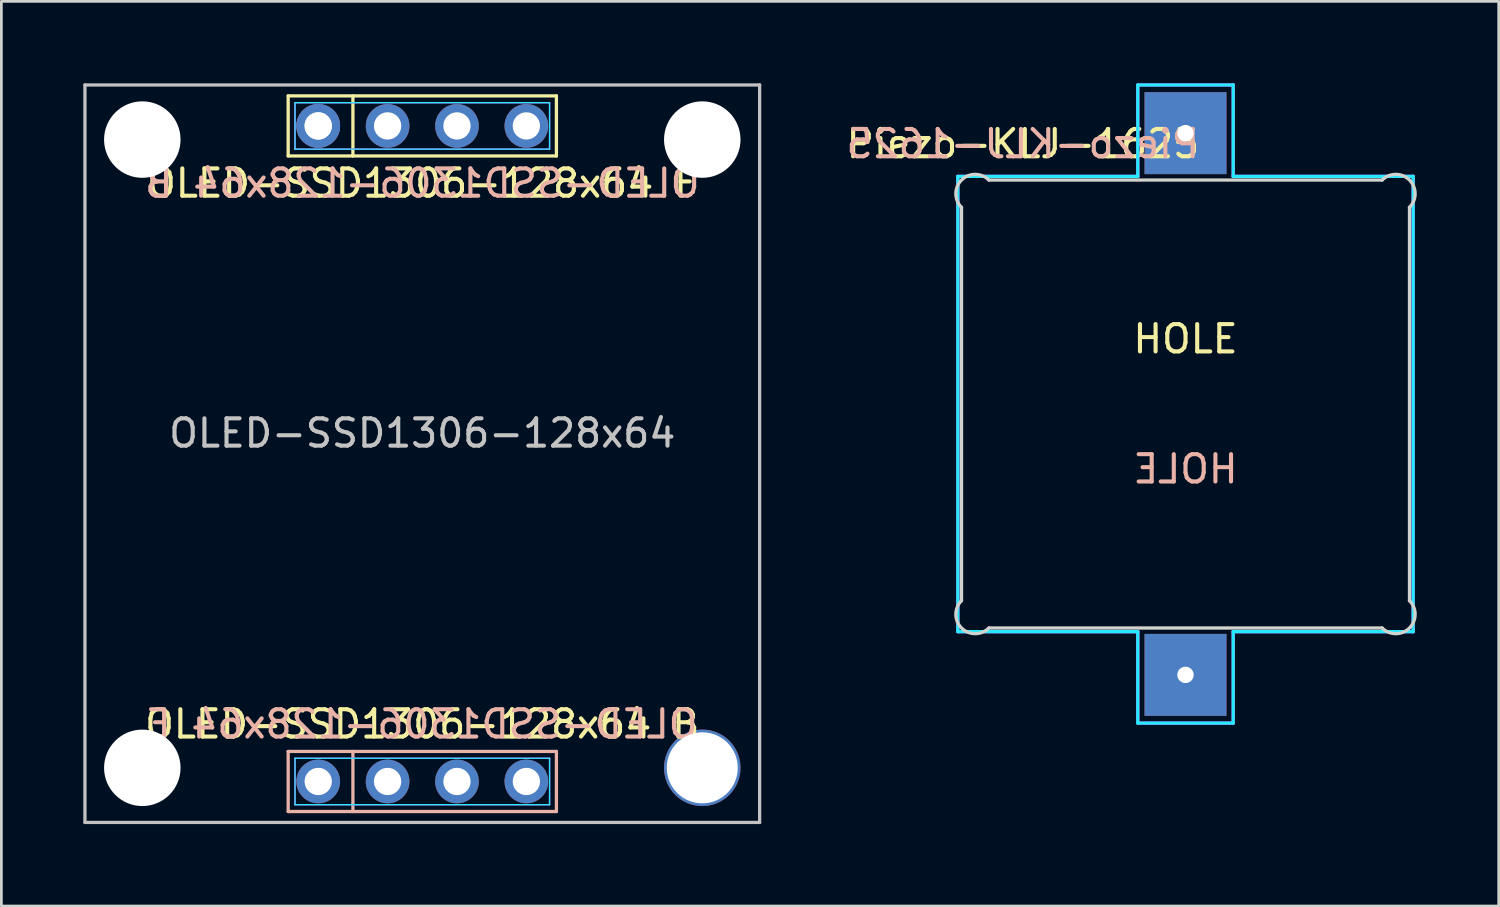
<source format=kicad_pcb>
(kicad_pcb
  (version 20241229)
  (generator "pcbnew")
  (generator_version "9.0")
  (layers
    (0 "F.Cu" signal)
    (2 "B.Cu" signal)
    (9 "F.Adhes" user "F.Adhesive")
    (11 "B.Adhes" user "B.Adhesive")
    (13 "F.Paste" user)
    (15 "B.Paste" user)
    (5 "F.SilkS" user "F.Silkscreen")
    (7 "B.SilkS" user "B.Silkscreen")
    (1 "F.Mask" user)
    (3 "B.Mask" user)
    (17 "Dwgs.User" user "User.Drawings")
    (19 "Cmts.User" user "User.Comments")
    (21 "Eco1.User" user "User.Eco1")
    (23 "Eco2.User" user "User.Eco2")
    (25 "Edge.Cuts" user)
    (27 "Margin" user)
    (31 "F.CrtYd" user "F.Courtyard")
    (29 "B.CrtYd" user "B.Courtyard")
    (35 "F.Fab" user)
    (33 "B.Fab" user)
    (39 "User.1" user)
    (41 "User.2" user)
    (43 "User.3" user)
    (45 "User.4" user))
  (footprint "OLED-SSD1306-128x64"
    (layer "F.Cu")
    (at 12.41 13.56)
    (property "Reference" "OLED-SSD1306-128x64" (at 0 -0.75 180) (layer "Dwgs.User") (effects (font (size 1 1) (thickness 0.15))))
    (attr through_hole)
    (fp_line (start -4.91 -13.1) (end 4.91 -13.1) (stroke (width 0.12) (type solid)) (layer "F.SilkS"))
    (fp_line (start -4.91 -10.9) (end -4.91 -13.1) (stroke (width 0.12) (type solid)) (layer "F.SilkS"))
    (fp_line (start -2.54 -13.1) (end -2.54 -10.9) (stroke (width 0.12) (type solid)) (layer "F.SilkS"))
    (fp_line (start 4.91 -13.1) (end 4.91 -10.9) (stroke (width 0.12) (type solid)) (layer "F.SilkS"))
    (fp_line (start 4.91 -10.9) (end -4.91 -10.9) (stroke (width 0.12) (type solid)) (layer "F.SilkS"))
    (fp_line (start -4.91 10.9) (end 4.91 10.9) (stroke (width 0.12) (type solid)) (layer "B.SilkS"))
    (fp_line (start -4.91 13.1) (end -4.91 10.9) (stroke (width 0.12) (type solid)) (layer "B.SilkS"))
    (fp_line (start -2.54 13.1) (end -2.54 10.9) (stroke (width 0.12) (type solid)) (layer "B.SilkS"))
    (fp_line (start 4.91 10.9) (end 4.91 13.1) (stroke (width 0.12) (type solid)) (layer "B.SilkS"))
    (fp_line (start 4.91 13.1) (end -4.91 13.1) (stroke (width 0.12) (type solid)) (layer "B.SilkS"))
    (fp_line (start -12.35 -13.5) (end -12.35 13.5) (stroke (width 0.12) (type solid)) (layer "Dwgs.User"))
    (fp_line (start -12.35 -13.5) (end 12.35 -13.5) (stroke (width 0.12) (type solid)) (layer "Dwgs.User"))
    (fp_line (start -12.35 13.5) (end 12.35 13.5) (stroke (width 0.12) (type solid)) (layer "Dwgs.User"))
    (fp_line (start 12.35 -13.5) (end 12.35 13.5) (stroke (width 0.12) (type solid)) (layer "Dwgs.User"))
    (fp_line (start -4.66 -12.85) (end 4.66 -12.85) (stroke (width 0.05) (type solid)) (layer "B.CrtYd"))
    (fp_line (start -4.66 -11.15) (end -4.66 -12.85) (stroke (width 0.05) (type solid)) (layer "B.CrtYd"))
    (fp_line (start -4.66 11.15) (end 4.66 11.15) (stroke (width 0.05) (type solid)) (layer "B.CrtYd"))
    (fp_line (start -4.66 12.85) (end -4.66 11.15) (stroke (width 0.05) (type solid)) (layer "B.CrtYd"))
    (fp_line (start 4.66 -12.85) (end 4.66 -11.15) (stroke (width 0.05) (type solid)) (layer "B.CrtYd"))
    (fp_line (start 4.66 -11.15) (end -4.66 -11.15) (stroke (width 0.05) (type solid)) (layer "B.CrtYd"))
    (fp_line (start 4.66 11.15) (end 4.66 12.85) (stroke (width 0.05) (type solid)) (layer "B.CrtYd"))
    (fp_line (start 4.66 12.85) (end -4.66 12.85) (stroke (width 0.05) (type solid)) (layer "B.CrtYd"))
    (fp_line (start -4.66 -12.85) (end 4.66 -12.85) (stroke (width 0.05) (type solid)) (layer "F.CrtYd"))
    (fp_line (start -4.66 -11.15) (end -4.66 -12.85) (stroke (width 0.05) (type solid)) (layer "F.CrtYd"))
    (fp_line (start -4.66 11.15) (end 4.66 11.15) (stroke (width 0.05) (type solid)) (layer "F.CrtYd"))
    (fp_line (start -4.66 12.85) (end -4.66 11.15) (stroke (width 0.05) (type solid)) (layer "F.CrtYd"))
    (fp_line (start 4.66 -12.85) (end 4.66 -11.15) (stroke (width 0.05) (type solid)) (layer "F.CrtYd"))
    (fp_line (start 4.66 -11.15) (end -4.66 -11.15) (stroke (width 0.05) (type solid)) (layer "F.CrtYd"))
    (fp_line (start 4.66 11.15) (end 4.66 12.85) (stroke (width 0.05) (type solid)) (layer "F.CrtYd"))
    (fp_line (start 4.66 12.85) (end -4.66 12.85) (stroke (width 0.05) (type solid)) (layer "F.CrtYd"))
    (fp_text user "${REFERENCE} F" (at 0 -9.9 0) (layer "F.SilkS") (effects (font (size 1 1) (thickness 0.15))))
    (fp_text user "${REFERENCE} B" (at 0 9.9 0) (layer "F.SilkS") (effects (font (size 1 1) (thickness 0.15))))
    (fp_text user "${REFERENCE} F" (at 0 9.9 0) (layer "B.SilkS") (effects (font (size 1 1) (thickness 0.15)) (justify mirror)))
    (fp_text user "${REFERENCE} B" (at 0 -9.9 0) (layer "B.SilkS") (effects (font (size 1 1) (thickness 0.15)) (justify mirror)))
    (pad "" np_thru_hole circle (at -10.25 -11.5) (size 2.8 2.8) (drill 2.8) (layers "*.Cu" "*.Mask"))
    (pad "" np_thru_hole circle (at -10.25 11.5) (size 2.8 2.8) (drill 2.8) (layers "*.Cu" "*.Mask"))
    (pad "" np_thru_hole circle (at 10.25 -11.5 90) (size 2.8 2.8) (drill 2.8) (layers "*.Cu" "*.Mask"))
    (pad "" np_thru_hole circle (at 10.25 11.5) (size 2.8 2.8) (drill 2.6) (layers "*.Cu" "*.Mask"))
    (pad "1" thru_hole circle (at -3.81 -12) (size 1.6 1.6) (drill 1) (layers "*.Cu" "*.Mask"))
    (pad "1" thru_hole circle (at -3.81 -12) (size 1.6 1.6) (drill 1) (layers "*.Cu" "*.Mask"))
    (pad "1" thru_hole circle (at -3.81 12 180) (size 1.6 1.6) (drill 1) (layers "*.Cu" "*.Mask"))
    (pad "2" thru_hole circle (at -1.27 -12) (size 1.6 1.6) (drill 1) (layers "*.Cu" "*.Mask"))
    (pad "2" thru_hole circle (at -1.27 12 180) (size 1.6 1.6) (drill 1) (layers "*.Cu" "*.Mask"))
    (pad "3" thru_hole circle (at 1.27 -12) (size 1.6 1.6) (drill 1) (layers "*.Cu" "*.Mask"))
    (pad "3" thru_hole circle (at 1.27 12 180) (size 1.6 1.6) (drill 1) (layers "*.Cu" "*.Mask"))
    (pad "4" thru_hole circle (at 3.81 -12) (size 1.6 1.6) (drill 1) (layers "*.Cu" "*.Mask"))
    (pad "4" thru_hole circle (at 3.81 12 180) (size 1.6 1.6) (drill 1) (layers "*.Cu" "*.Mask")))
  (footprint "Piezo-KLJ-1625"
    (layer "F.Cu")
    (at 40.351 11.741)
    (property "Reference" "Piezo-KLJ-1625" (at -5.953 -9.525 0) (layer "F.SilkS") (effects (font (size 1 1) (thickness 0.15))))
    (attr through_hole)
    (fp_line (start -8.2 -7.2) (end -8.2 7.2) (stroke (width 0.12) (type solid)) (layer "Edge.Cuts"))
    (fp_line (start -7.2 8.2) (end 7.2 8.2) (stroke (width 0.12) (type solid)) (layer "Edge.Cuts"))
    (fp_line (start 7.2 -8.2) (end -7.2 -8.2) (stroke (width 0.12) (type solid)) (layer "Edge.Cuts"))
    (fp_line (start 8.2 7.2) (end 8.2 -7.2) (stroke (width 0.12) (type solid)) (layer "Edge.Cuts"))
    (fp_arc (start -8.2 -7.2) (mid -8.2 -8.2) (end -7.2 -8.2) (stroke (width 0.12) (type solid)) (layer "Edge.Cuts"))
    (fp_arc (start -7.2 8.2) (mid -8.2 8.2) (end -8.2 7.2) (stroke (width 0.12) (type solid)) (layer "Edge.Cuts"))
    (fp_arc (start 7.2 -8.2) (mid 8.2 -8.2) (end 8.2 -7.2) (stroke (width 0.12) (type solid)) (layer "Edge.Cuts"))
    (fp_arc (start 8.2 7.2) (mid 8.2 8.2) (end 7.2 8.2) (stroke (width 0.12) (type solid)) (layer "Edge.Cuts"))
    (fp_line (start -8.334 -8.334) (end -8.334 8.334) (stroke (width 0.12) (type solid)) (layer "B.CrtYd"))
    (fp_line (start -8.334 8.334) (end -1.746 8.334) (stroke (width 0.12) (type solid)) (layer "B.CrtYd"))
    (fp_line (start -1.746 -11.681) (end -1.746 -8.334) (stroke (width 0.12) (type solid)) (layer "B.CrtYd"))
    (fp_line (start -1.746 -8.334) (end -8.334 -8.334) (stroke (width 0.12) (type solid)) (layer "B.CrtYd"))
    (fp_line (start -1.746 8.334) (end -1.746 11.681) (stroke (width 0.12) (type solid)) (layer "B.CrtYd"))
    (fp_line (start -1.746 11.681) (end 1.746 11.681) (stroke (width 0.12) (type solid)) (layer "B.CrtYd"))
    (fp_line (start 1.746 -11.681) (end -1.746 -11.681) (stroke (width 0.12) (type solid)) (layer "B.CrtYd"))
    (fp_line (start 1.746 -8.334) (end 1.746 -11.681) (stroke (width 0.12) (type solid)) (layer "B.CrtYd"))
    (fp_line (start 1.746 8.334) (end 8.334 8.334) (stroke (width 0.12) (type solid)) (layer "B.CrtYd"))
    (fp_line (start 1.746 11.681) (end 1.746 8.334) (stroke (width 0.12) (type solid)) (layer "B.CrtYd"))
    (fp_line (start 8.334 -8.334) (end 1.746 -8.334) (stroke (width 0.12) (type solid)) (layer "B.CrtYd"))
    (fp_line (start 8.334 8.334) (end 8.334 -8.334) (stroke (width 0.12) (type solid)) (layer "B.CrtYd"))
    (fp_line (start -8.334 -8.334) (end -8.334 8.334) (stroke (width 0.12) (type solid)) (layer "F.CrtYd"))
    (fp_line (start -8.334 8.334) (end -1.746 8.334) (stroke (width 0.12) (type solid)) (layer "F.CrtYd"))
    (fp_line (start -1.746 -11.681) (end -1.746 -8.334) (stroke (width 0.12) (type solid)) (layer "F.CrtYd"))
    (fp_line (start -1.746 -8.334) (end -8.334 -8.334) (stroke (width 0.12) (type solid)) (layer "F.CrtYd"))
    (fp_line (start -1.746 8.334) (end -1.746 11.681) (stroke (width 0.12) (type solid)) (layer "F.CrtYd"))
    (fp_line (start -1.746 11.681) (end 1.746 11.681) (stroke (width 0.12) (type solid)) (layer "F.CrtYd"))
    (fp_line (start 1.746 -11.681) (end -1.746 -11.681) (stroke (width 0.12) (type solid)) (layer "F.CrtYd"))
    (fp_line (start 1.746 -8.334) (end 1.746 -11.681) (stroke (width 0.12) (type solid)) (layer "F.CrtYd"))
    (fp_line (start 1.746 8.334) (end 8.334 8.334) (stroke (width 0.12) (type solid)) (layer "F.CrtYd"))
    (fp_line (start 1.746 11.681) (end 1.746 8.334) (stroke (width 0.12) (type solid)) (layer "F.CrtYd"))
    (fp_line (start 8.334 -8.334) (end 1.746 -8.334) (stroke (width 0.12) (type solid)) (layer "F.CrtYd"))
    (fp_line (start 8.334 8.334) (end 8.334 -8.334) (stroke (width 0.12) (type solid)) (layer "F.CrtYd"))
    (fp_text user "HOLE" (at 0 -2.381 0) (layer "F.SilkS") (effects (font (size 1 1) (thickness 0.15))))
    (fp_text user "HOLE" (at 0 2.381 0) (layer "B.SilkS") (effects (font (size 1 1) (thickness 0.15)) (justify mirror)))
    (fp_text user "${REFERENCE}" (at -5.953 -9.525 0) (layer "B.SilkS") (effects (font (size 1 1) (thickness 0.15)) (justify mirror)))
    (pad "1" thru_hole rect (at 0 -9.916) (size 3 3) (drill 0.6) (layers "*.Cu" "*.Mask"))
    (pad "2" thru_hole rect (at 0 9.916) (size 3 3) (drill 0.6) (layers "*.Cu" "*.Mask")))
  (gr_rect
    (start -3 -3)
    (end 51.818 30.12)
    (stroke (width 0.1) (type default))
    (fill no)
    (layer "Edge.Cuts")))
</source>
